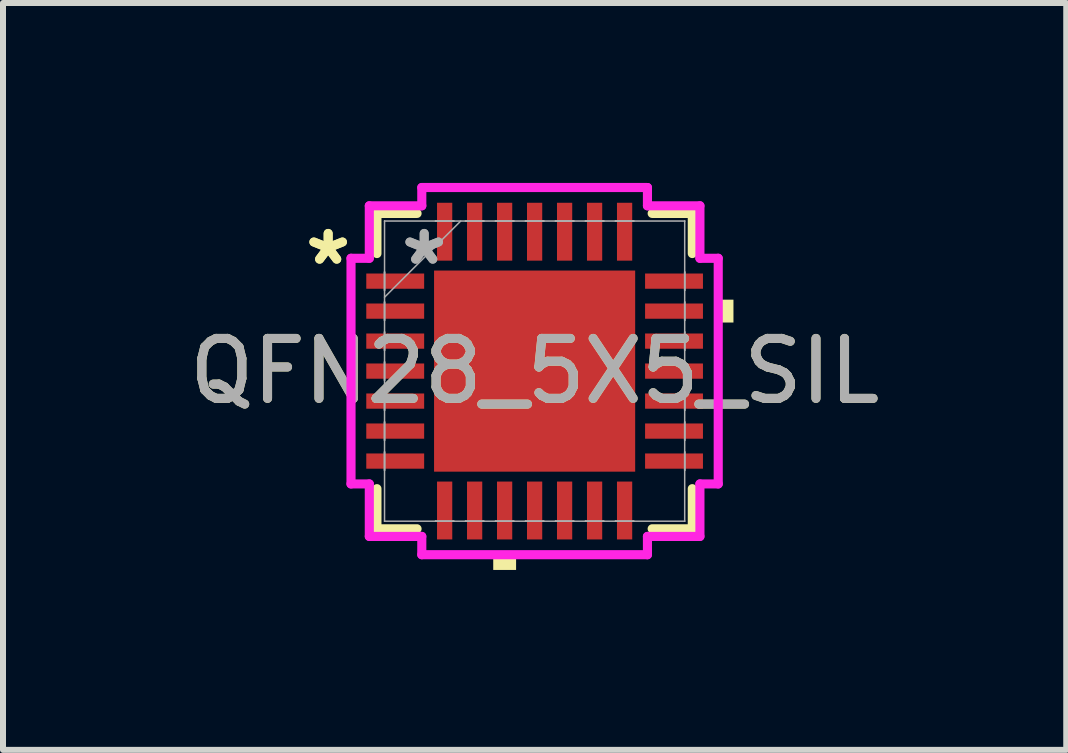
<source format=kicad_pcb>
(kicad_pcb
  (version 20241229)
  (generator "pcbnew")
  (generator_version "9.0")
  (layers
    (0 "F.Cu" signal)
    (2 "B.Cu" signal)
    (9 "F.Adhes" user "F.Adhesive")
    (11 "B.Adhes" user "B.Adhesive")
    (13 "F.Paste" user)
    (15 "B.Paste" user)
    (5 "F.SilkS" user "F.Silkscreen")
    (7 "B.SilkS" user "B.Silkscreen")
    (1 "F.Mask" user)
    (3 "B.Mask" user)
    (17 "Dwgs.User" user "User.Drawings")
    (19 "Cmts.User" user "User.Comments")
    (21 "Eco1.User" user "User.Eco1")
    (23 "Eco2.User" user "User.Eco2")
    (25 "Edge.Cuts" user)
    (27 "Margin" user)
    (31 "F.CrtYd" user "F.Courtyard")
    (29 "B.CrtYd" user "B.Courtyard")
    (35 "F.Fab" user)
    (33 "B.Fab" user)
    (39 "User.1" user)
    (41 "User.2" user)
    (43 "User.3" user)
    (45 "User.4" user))
  (footprint "QFN28_5X5_SIL"
    (layer "F.Cu")
    (at 5.863 3.137)
    (property "Reference" "QFN28_5X5_SIL" (at 0 0 0) (unlocked yes) (layer "F.SilkS") (effects (font (size 1 1) (thickness 0.15))))
    (attr smd)
    (fp_line (start -2.629 -2.629) (end -2.629 -1.96) (stroke (width 0.152) (type solid)) (layer "F.SilkS"))
    (fp_line (start -2.629 1.96) (end -2.629 2.629) (stroke (width 0.152) (type solid)) (layer "F.SilkS"))
    (fp_line (start -2.629 2.629) (end -1.96 2.629) (stroke (width 0.152) (type solid)) (layer "F.SilkS"))
    (fp_line (start -1.96 -2.629) (end -2.629 -2.629) (stroke (width 0.152) (type solid)) (layer "F.SilkS"))
    (fp_line (start 1.96 2.629) (end 2.629 2.629) (stroke (width 0.152) (type solid)) (layer "F.SilkS"))
    (fp_line (start 2.629 -2.629) (end 1.96 -2.629) (stroke (width 0.152) (type solid)) (layer "F.SilkS"))
    (fp_line (start 2.629 -1.96) (end 2.629 -2.629) (stroke (width 0.152) (type solid)) (layer "F.SilkS"))
    (fp_line (start 2.629 2.629) (end 2.629 1.96) (stroke (width 0.152) (type solid)) (layer "F.SilkS"))
    (fp_poly (pts (xy -0.69 3.061) (xy -0.69 3.315) (xy -0.309 3.315) (xy -0.309 3.061)) (stroke (width 0) (type solid)) (fill yes) (layer "F.SilkS"))
    (fp_poly (pts (xy 3.315 -1.191) (xy 3.315 -0.81) (xy 3.061 -0.81) (xy 3.061 -1.191)) (stroke (width 0) (type solid)) (fill yes) (layer "F.SilkS"))
    (fp_poly (pts (xy -1.576 -1.576) (xy -1.576 -0.1) (xy -0.1 -0.1) (xy -0.1 -1.576)) (stroke (width 0) (type solid)) (fill yes) (layer "F.Paste"))
    (fp_poly (pts (xy -1.576 0.1) (xy -1.576 1.576) (xy -0.1 1.576) (xy -0.1 0.1)) (stroke (width 0) (type solid)) (fill yes) (layer "F.Paste"))
    (fp_poly (pts (xy 0.1 -1.576) (xy 0.1 -0.1) (xy 1.576 -0.1) (xy 1.576 -1.576)) (stroke (width 0) (type solid)) (fill yes) (layer "F.Paste"))
    (fp_poly (pts (xy 0.1 0.1) (xy 0.1 1.576) (xy 1.576 1.576) (xy 1.576 0.1)) (stroke (width 0) (type solid)) (fill yes) (layer "F.Paste"))
    (fp_line (start -3.061 -1.881) (end -2.756 -1.881) (stroke (width 0.152) (type solid)) (layer "F.CrtYd"))
    (fp_line (start -3.061 1.881) (end -3.061 -1.881) (stroke (width 0.152) (type solid)) (layer "F.CrtYd"))
    (fp_line (start -2.756 -2.756) (end -1.881 -2.756) (stroke (width 0.152) (type solid)) (layer "F.CrtYd"))
    (fp_line (start -2.756 -1.881) (end -2.756 -2.756) (stroke (width 0.152) (type solid)) (layer "F.CrtYd"))
    (fp_line (start -2.756 1.881) (end -3.061 1.881) (stroke (width 0.152) (type solid)) (layer "F.CrtYd"))
    (fp_line (start -2.756 2.756) (end -2.756 1.881) (stroke (width 0.152) (type solid)) (layer "F.CrtYd"))
    (fp_line (start -1.881 -3.061) (end 1.881 -3.061) (stroke (width 0.152) (type solid)) (layer "F.CrtYd"))
    (fp_line (start -1.881 -2.756) (end -1.881 -3.061) (stroke (width 0.152) (type solid)) (layer "F.CrtYd"))
    (fp_line (start -1.881 2.756) (end -2.756 2.756) (stroke (width 0.152) (type solid)) (layer "F.CrtYd"))
    (fp_line (start -1.881 3.061) (end -1.881 2.756) (stroke (width 0.152) (type solid)) (layer "F.CrtYd"))
    (fp_line (start 1.881 -3.061) (end 1.881 -2.756) (stroke (width 0.152) (type solid)) (layer "F.CrtYd"))
    (fp_line (start 1.881 -2.756) (end 2.756 -2.756) (stroke (width 0.152) (type solid)) (layer "F.CrtYd"))
    (fp_line (start 1.881 2.756) (end 1.881 3.061) (stroke (width 0.152) (type solid)) (layer "F.CrtYd"))
    (fp_line (start 1.881 3.061) (end -1.881 3.061) (stroke (width 0.152) (type solid)) (layer "F.CrtYd"))
    (fp_line (start 2.756 -2.756) (end 2.756 -1.881) (stroke (width 0.152) (type solid)) (layer "F.CrtYd"))
    (fp_line (start 2.756 -1.881) (end 3.061 -1.881) (stroke (width 0.152) (type solid)) (layer "F.CrtYd"))
    (fp_line (start 2.756 1.881) (end 2.756 2.756) (stroke (width 0.152) (type solid)) (layer "F.CrtYd"))
    (fp_line (start 2.756 2.756) (end 1.881 2.756) (stroke (width 0.152) (type solid)) (layer "F.CrtYd"))
    (fp_line (start 3.061 -1.881) (end 3.061 1.881) (stroke (width 0.152) (type solid)) (layer "F.CrtYd"))
    (fp_line (start 3.061 1.881) (end 2.756 1.881) (stroke (width 0.152) (type solid)) (layer "F.CrtYd"))
    (fp_line (start -2.502 -2.502) (end -2.502 -2.502) (stroke (width 0.025) (type solid)) (layer "F.Fab"))
    (fp_line (start -2.502 -2.502) (end -2.502 2.502) (stroke (width 0.025) (type solid)) (layer "F.Fab"))
    (fp_line (start -2.502 -1.652) (end -2.502 -1.652) (stroke (width 0.025) (type solid)) (layer "F.Fab"))
    (fp_line (start -2.502 -1.652) (end -2.502 -1.348) (stroke (width 0.025) (type solid)) (layer "F.Fab"))
    (fp_line (start -2.502 -1.348) (end -2.502 -1.652) (stroke (width 0.025) (type solid)) (layer "F.Fab"))
    (fp_line (start -2.502 -1.348) (end -2.502 -1.348) (stroke (width 0.025) (type solid)) (layer "F.Fab"))
    (fp_line (start -2.502 -1.232) (end -1.232 -2.502) (stroke (width 0.025) (type solid)) (layer "F.Fab"))
    (fp_line (start -2.502 -1.152) (end -2.502 -1.152) (stroke (width 0.025) (type solid)) (layer "F.Fab"))
    (fp_line (start -2.502 -1.152) (end -2.502 -0.848) (stroke (width 0.025) (type solid)) (layer "F.Fab"))
    (fp_line (start -2.502 -0.848) (end -2.502 -1.152) (stroke (width 0.025) (type solid)) (layer "F.Fab"))
    (fp_line (start -2.502 -0.848) (end -2.502 -0.848) (stroke (width 0.025) (type solid)) (layer "F.Fab"))
    (fp_line (start -2.502 -0.652) (end -2.502 -0.652) (stroke (width 0.025) (type solid)) (layer "F.Fab"))
    (fp_line (start -2.502 -0.652) (end -2.502 -0.348) (stroke (width 0.025) (type solid)) (layer "F.Fab"))
    (fp_line (start -2.502 -0.348) (end -2.502 -0.652) (stroke (width 0.025) (type solid)) (layer "F.Fab"))
    (fp_line (start -2.502 -0.348) (end -2.502 -0.348) (stroke (width 0.025) (type solid)) (layer "F.Fab"))
    (fp_line (start -2.502 -0.152) (end -2.502 -0.152) (stroke (width 0.025) (type solid)) (layer "F.Fab"))
    (fp_line (start -2.502 -0.152) (end -2.502 0.152) (stroke (width 0.025) (type solid)) (layer "F.Fab"))
    (fp_line (start -2.502 0.152) (end -2.502 -0.152) (stroke (width 0.025) (type solid)) (layer "F.Fab"))
    (fp_line (start -2.502 0.152) (end -2.502 0.152) (stroke (width 0.025) (type solid)) (layer "F.Fab"))
    (fp_line (start -2.502 0.348) (end -2.502 0.348) (stroke (width 0.025) (type solid)) (layer "F.Fab"))
    (fp_line (start -2.502 0.348) (end -2.502 0.652) (stroke (width 0.025) (type solid)) (layer "F.Fab"))
    (fp_line (start -2.502 0.652) (end -2.502 0.348) (stroke (width 0.025) (type solid)) (layer "F.Fab"))
    (fp_line (start -2.502 0.652) (end -2.502 0.652) (stroke (width 0.025) (type solid)) (layer "F.Fab"))
    (fp_line (start -2.502 0.848) (end -2.502 0.848) (stroke (width 0.025) (type solid)) (layer "F.Fab"))
    (fp_line (start -2.502 0.848) (end -2.502 1.152) (stroke (width 0.025) (type solid)) (layer "F.Fab"))
    (fp_line (start -2.502 1.152) (end -2.502 0.848) (stroke (width 0.025) (type solid)) (layer "F.Fab"))
    (fp_line (start -2.502 1.152) (end -2.502 1.152) (stroke (width 0.025) (type solid)) (layer "F.Fab"))
    (fp_line (start -2.502 1.348) (end -2.502 1.348) (stroke (width 0.025) (type solid)) (layer "F.Fab"))
    (fp_line (start -2.502 1.348) (end -2.502 1.652) (stroke (width 0.025) (type solid)) (layer "F.Fab"))
    (fp_line (start -2.502 1.652) (end -2.502 1.348) (stroke (width 0.025) (type solid)) (layer "F.Fab"))
    (fp_line (start -2.502 1.652) (end -2.502 1.652) (stroke (width 0.025) (type solid)) (layer "F.Fab"))
    (fp_line (start -2.502 2.502) (end -2.502 2.502) (stroke (width 0.025) (type solid)) (layer "F.Fab"))
    (fp_line (start -2.502 2.502) (end 2.502 2.502) (stroke (width 0.025) (type solid)) (layer "F.Fab"))
    (fp_line (start -1.652 -2.502) (end -1.652 -2.502) (stroke (width 0.025) (type solid)) (layer "F.Fab"))
    (fp_line (start -1.652 -2.502) (end -1.348 -2.502) (stroke (width 0.025) (type solid)) (layer "F.Fab"))
    (fp_line (start -1.652 2.502) (end -1.652 2.502) (stroke (width 0.025) (type solid)) (layer "F.Fab"))
    (fp_line (start -1.652 2.502) (end -1.348 2.502) (stroke (width 0.025) (type solid)) (layer "F.Fab"))
    (fp_line (start -1.348 -2.502) (end -1.652 -2.502) (stroke (width 0.025) (type solid)) (layer "F.Fab"))
    (fp_line (start -1.348 -2.502) (end -1.348 -2.502) (stroke (width 0.025) (type solid)) (layer "F.Fab"))
    (fp_line (start -1.348 2.502) (end -1.652 2.502) (stroke (width 0.025) (type solid)) (layer "F.Fab"))
    (fp_line (start -1.348 2.502) (end -1.348 2.502) (stroke (width 0.025) (type solid)) (layer "F.Fab"))
    (fp_line (start -1.152 -2.502) (end -1.152 -2.502) (stroke (width 0.025) (type solid)) (layer "F.Fab"))
    (fp_line (start -1.152 -2.502) (end -0.848 -2.502) (stroke (width 0.025) (type solid)) (layer "F.Fab"))
    (fp_line (start -1.152 2.502) (end -1.152 2.502) (stroke (width 0.025) (type solid)) (layer "F.Fab"))
    (fp_line (start -1.152 2.502) (end -0.848 2.502) (stroke (width 0.025) (type solid)) (layer "F.Fab"))
    (fp_line (start -0.848 -2.502) (end -1.152 -2.502) (stroke (width 0.025) (type solid)) (layer "F.Fab"))
    (fp_line (start -0.848 -2.502) (end -0.848 -2.502) (stroke (width 0.025) (type solid)) (layer "F.Fab"))
    (fp_line (start -0.848 2.502) (end -1.152 2.502) (stroke (width 0.025) (type solid)) (layer "F.Fab"))
    (fp_line (start -0.848 2.502) (end -0.848 2.502) (stroke (width 0.025) (type solid)) (layer "F.Fab"))
    (fp_line (start -0.652 -2.502) (end -0.652 -2.502) (stroke (width 0.025) (type solid)) (layer "F.Fab"))
    (fp_line (start -0.652 -2.502) (end -0.348 -2.502) (stroke (width 0.025) (type solid)) (layer "F.Fab"))
    (fp_line (start -0.652 2.502) (end -0.652 2.502) (stroke (width 0.025) (type solid)) (layer "F.Fab"))
    (fp_line (start -0.652 2.502) (end -0.348 2.502) (stroke (width 0.025) (type solid)) (layer "F.Fab"))
    (fp_line (start -0.348 -2.502) (end -0.652 -2.502) (stroke (width 0.025) (type solid)) (layer "F.Fab"))
    (fp_line (start -0.348 -2.502) (end -0.348 -2.502) (stroke (width 0.025) (type solid)) (layer "F.Fab"))
    (fp_line (start -0.348 2.502) (end -0.652 2.502) (stroke (width 0.025) (type solid)) (layer "F.Fab"))
    (fp_line (start -0.348 2.502) (end -0.348 2.502) (stroke (width 0.025) (type solid)) (layer "F.Fab"))
    (fp_line (start -0.152 -2.502) (end -0.152 -2.502) (stroke (width 0.025) (type solid)) (layer "F.Fab"))
    (fp_line (start -0.152 -2.502) (end 0.152 -2.502) (stroke (width 0.025) (type solid)) (layer "F.Fab"))
    (fp_line (start -0.152 2.502) (end -0.152 2.502) (stroke (width 0.025) (type solid)) (layer "F.Fab"))
    (fp_line (start -0.152 2.502) (end 0.152 2.502) (stroke (width 0.025) (type solid)) (layer "F.Fab"))
    (fp_line (start 0.152 -2.502) (end -0.152 -2.502) (stroke (width 0.025) (type solid)) (layer "F.Fab"))
    (fp_line (start 0.152 -2.502) (end 0.152 -2.502) (stroke (width 0.025) (type solid)) (layer "F.Fab"))
    (fp_line (start 0.152 2.502) (end -0.152 2.502) (stroke (width 0.025) (type solid)) (layer "F.Fab"))
    (fp_line (start 0.152 2.502) (end 0.152 2.502) (stroke (width 0.025) (type solid)) (layer "F.Fab"))
    (fp_line (start 0.348 -2.502) (end 0.348 -2.502) (stroke (width 0.025) (type solid)) (layer "F.Fab"))
    (fp_line (start 0.348 -2.502) (end 0.652 -2.502) (stroke (width 0.025) (type solid)) (layer "F.Fab"))
    (fp_line (start 0.348 2.502) (end 0.348 2.502) (stroke (width 0.025) (type solid)) (layer "F.Fab"))
    (fp_line (start 0.348 2.502) (end 0.652 2.502) (stroke (width 0.025) (type solid)) (layer "F.Fab"))
    (fp_line (start 0.652 -2.502) (end 0.348 -2.502) (stroke (width 0.025) (type solid)) (layer "F.Fab"))
    (fp_line (start 0.652 -2.502) (end 0.652 -2.502) (stroke (width 0.025) (type solid)) (layer "F.Fab"))
    (fp_line (start 0.652 2.502) (end 0.348 2.502) (stroke (width 0.025) (type solid)) (layer "F.Fab"))
    (fp_line (start 0.652 2.502) (end 0.652 2.502) (stroke (width 0.025) (type solid)) (layer "F.Fab"))
    (fp_line (start 0.848 -2.502) (end 0.848 -2.502) (stroke (width 0.025) (type solid)) (layer "F.Fab"))
    (fp_line (start 0.848 -2.502) (end 1.152 -2.502) (stroke (width 0.025) (type solid)) (layer "F.Fab"))
    (fp_line (start 0.848 2.502) (end 0.848 2.502) (stroke (width 0.025) (type solid)) (layer "F.Fab"))
    (fp_line (start 0.848 2.502) (end 1.152 2.502) (stroke (width 0.025) (type solid)) (layer "F.Fab"))
    (fp_line (start 1.152 -2.502) (end 0.848 -2.502) (stroke (width 0.025) (type solid)) (layer "F.Fab"))
    (fp_line (start 1.152 -2.502) (end 1.152 -2.502) (stroke (width 0.025) (type solid)) (layer "F.Fab"))
    (fp_line (start 1.152 2.502) (end 0.848 2.502) (stroke (width 0.025) (type solid)) (layer "F.Fab"))
    (fp_line (start 1.152 2.502) (end 1.152 2.502) (stroke (width 0.025) (type solid)) (layer "F.Fab"))
    (fp_line (start 1.348 -2.502) (end 1.348 -2.502) (stroke (width 0.025) (type solid)) (layer "F.Fab"))
    (fp_line (start 1.348 -2.502) (end 1.652 -2.502) (stroke (width 0.025) (type solid)) (layer "F.Fab"))
    (fp_line (start 1.348 2.502) (end 1.348 2.502) (stroke (width 0.025) (type solid)) (layer "F.Fab"))
    (fp_line (start 1.348 2.502) (end 1.652 2.502) (stroke (width 0.025) (type solid)) (layer "F.Fab"))
    (fp_line (start 1.652 -2.502) (end 1.348 -2.502) (stroke (width 0.025) (type solid)) (layer "F.Fab"))
    (fp_line (start 1.652 -2.502) (end 1.652 -2.502) (stroke (width 0.025) (type solid)) (layer "F.Fab"))
    (fp_line (start 1.652 2.502) (end 1.348 2.502) (stroke (width 0.025) (type solid)) (layer "F.Fab"))
    (fp_line (start 1.652 2.502) (end 1.652 2.502) (stroke (width 0.025) (type solid)) (layer "F.Fab"))
    (fp_line (start 2.502 -2.502) (end -2.502 -2.502) (stroke (width 0.025) (type solid)) (layer "F.Fab"))
    (fp_line (start 2.502 -2.502) (end 2.502 -2.502) (stroke (width 0.025) (type solid)) (layer "F.Fab"))
    (fp_line (start 2.502 -1.652) (end 2.502 -1.652) (stroke (width 0.025) (type solid)) (layer "F.Fab"))
    (fp_line (start 2.502 -1.652) (end 2.502 -1.348) (stroke (width 0.025) (type solid)) (layer "F.Fab"))
    (fp_line (start 2.502 -1.348) (end 2.502 -1.652) (stroke (width 0.025) (type solid)) (layer "F.Fab"))
    (fp_line (start 2.502 -1.348) (end 2.502 -1.348) (stroke (width 0.025) (type solid)) (layer "F.Fab"))
    (fp_line (start 2.502 -1.152) (end 2.502 -1.152) (stroke (width 0.025) (type solid)) (layer "F.Fab"))
    (fp_line (start 2.502 -1.152) (end 2.502 -0.848) (stroke (width 0.025) (type solid)) (layer "F.Fab"))
    (fp_line (start 2.502 -0.848) (end 2.502 -1.152) (stroke (width 0.025) (type solid)) (layer "F.Fab"))
    (fp_line (start 2.502 -0.848) (end 2.502 -0.848) (stroke (width 0.025) (type solid)) (layer "F.Fab"))
    (fp_line (start 2.502 -0.652) (end 2.502 -0.652) (stroke (width 0.025) (type solid)) (layer "F.Fab"))
    (fp_line (start 2.502 -0.652) (end 2.502 -0.348) (stroke (width 0.025) (type solid)) (layer "F.Fab"))
    (fp_line (start 2.502 -0.348) (end 2.502 -0.652) (stroke (width 0.025) (type solid)) (layer "F.Fab"))
    (fp_line (start 2.502 -0.348) (end 2.502 -0.348) (stroke (width 0.025) (type solid)) (layer "F.Fab"))
    (fp_line (start 2.502 -0.152) (end 2.502 -0.152) (stroke (width 0.025) (type solid)) (layer "F.Fab"))
    (fp_line (start 2.502 -0.152) (end 2.502 0.152) (stroke (width 0.025) (type solid)) (layer "F.Fab"))
    (fp_line (start 2.502 0.152) (end 2.502 -0.152) (stroke (width 0.025) (type solid)) (layer "F.Fab"))
    (fp_line (start 2.502 0.152) (end 2.502 0.152) (stroke (width 0.025) (type solid)) (layer "F.Fab"))
    (fp_line (start 2.502 0.348) (end 2.502 0.348) (stroke (width 0.025) (type solid)) (layer "F.Fab"))
    (fp_line (start 2.502 0.348) (end 2.502 0.652) (stroke (width 0.025) (type solid)) (layer "F.Fab"))
    (fp_line (start 2.502 0.652) (end 2.502 0.348) (stroke (width 0.025) (type solid)) (layer "F.Fab"))
    (fp_line (start 2.502 0.652) (end 2.502 0.652) (stroke (width 0.025) (type solid)) (layer "F.Fab"))
    (fp_line (start 2.502 0.848) (end 2.502 0.848) (stroke (width 0.025) (type solid)) (layer "F.Fab"))
    (fp_line (start 2.502 0.848) (end 2.502 1.152) (stroke (width 0.025) (type solid)) (layer "F.Fab"))
    (fp_line (start 2.502 1.152) (end 2.502 0.848) (stroke (width 0.025) (type solid)) (layer "F.Fab"))
    (fp_line (start 2.502 1.152) (end 2.502 1.152) (stroke (width 0.025) (type solid)) (layer "F.Fab"))
    (fp_line (start 2.502 1.348) (end 2.502 1.348) (stroke (width 0.025) (type solid)) (layer "F.Fab"))
    (fp_line (start 2.502 1.348) (end 2.502 1.652) (stroke (width 0.025) (type solid)) (layer "F.Fab"))
    (fp_line (start 2.502 1.652) (end 2.502 1.348) (stroke (width 0.025) (type solid)) (layer "F.Fab"))
    (fp_line (start 2.502 1.652) (end 2.502 1.652) (stroke (width 0.025) (type solid)) (layer "F.Fab"))
    (fp_line (start 2.502 2.502) (end 2.502 -2.502) (stroke (width 0.025) (type solid)) (layer "F.Fab"))
    (fp_line (start 2.502 2.502) (end 2.502 2.502) (stroke (width 0.025) (type solid)) (layer "F.Fab"))
    (fp_text user "*" (at -3.442 -1.75 0) (layer "F.SilkS") (effects (font (size 1 1) (thickness 0.15))))
    (fp_text user "*" (at -3.442 -1.75 0) (unlocked yes) (layer "F.SilkS") (effects (font (size 1 1) (thickness 0.15))))
    (fp_text user "*" (at -1.841 -1.75 0) (layer "F.Fab") (effects (font (size 1 1) (thickness 0.15))))
    (fp_text user "*" (at -1.841 -1.75 0) (unlocked yes) (layer "F.Fab") (effects (font (size 1 1) (thickness 0.15))))
    (fp_text user "${REFERENCE}" (at 0 0 0) (unlocked yes) (layer "F.Fab") (effects (font (size 1 1) (thickness 0.15))))
    (pad "1" smd rect (at -2.324 -1.5 90) (size 0.254 0.965) (layers "F.Cu" "F.Mask" "F.Paste"))
    (pad "2" smd rect (at -2.324 -1 90) (size 0.254 0.965) (layers "F.Cu" "F.Mask" "F.Paste"))
    (pad "3" smd rect (at -2.324 -0.5 90) (size 0.254 0.965) (layers "F.Cu" "F.Mask" "F.Paste"))
    (pad "4" smd rect (at -2.324 0 90) (size 0.254 0.965) (layers "F.Cu" "F.Mask" "F.Paste"))
    (pad "5" smd rect (at -2.324 0.5 90) (size 0.254 0.965) (layers "F.Cu" "F.Mask" "F.Paste"))
    (pad "6" smd rect (at -2.324 1 90) (size 0.254 0.965) (layers "F.Cu" "F.Mask" "F.Paste"))
    (pad "7" smd rect (at -2.324 1.5 90) (size 0.254 0.965) (layers "F.Cu" "F.Mask" "F.Paste"))
    (pad "8" smd rect (at -1.5 2.324) (size 0.254 0.965) (layers "F.Cu" "F.Mask" "F.Paste"))
    (pad "9" smd rect (at -1 2.324) (size 0.254 0.965) (layers "F.Cu" "F.Mask" "F.Paste"))
    (pad "10" smd rect (at -0.5 2.324) (size 0.254 0.965) (layers "F.Cu" "F.Mask" "F.Paste"))
    (pad "11" smd rect (at 0 2.324) (size 0.254 0.965) (layers "F.Cu" "F.Mask" "F.Paste"))
    (pad "12" smd rect (at 0.5 2.324) (size 0.254 0.965) (layers "F.Cu" "F.Mask" "F.Paste"))
    (pad "13" smd rect (at 1 2.324) (size 0.254 0.965) (layers "F.Cu" "F.Mask" "F.Paste"))
    (pad "14" smd rect (at 1.5 2.324) (size 0.254 0.965) (layers "F.Cu" "F.Mask" "F.Paste"))
    (pad "15" smd rect (at 2.324 1.5 90) (size 0.254 0.965) (layers "F.Cu" "F.Mask" "F.Paste"))
    (pad "16" smd rect (at 2.324 1 90) (size 0.254 0.965) (layers "F.Cu" "F.Mask" "F.Paste"))
    (pad "17" smd rect (at 2.324 0.5 90) (size 0.254 0.965) (layers "F.Cu" "F.Mask" "F.Paste"))
    (pad "18" smd rect (at 2.324 0 90) (size 0.254 0.965) (layers "F.Cu" "F.Mask" "F.Paste"))
    (pad "19" smd rect (at 2.324 -0.5 90) (size 0.254 0.965) (layers "F.Cu" "F.Mask" "F.Paste"))
    (pad "20" smd rect (at 2.324 -1 90) (size 0.254 0.965) (layers "F.Cu" "F.Mask" "F.Paste"))
    (pad "21" smd rect (at 2.324 -1.5 90) (size 0.254 0.965) (layers "F.Cu" "F.Mask" "F.Paste"))
    (pad "22" smd rect (at 1.5 -2.324) (size 0.254 0.965) (layers "F.Cu" "F.Mask" "F.Paste"))
    (pad "23" smd rect (at 1 -2.324) (size 0.254 0.965) (layers "F.Cu" "F.Mask" "F.Paste"))
    (pad "24" smd rect (at 0.5 -2.324) (size 0.254 0.965) (layers "F.Cu" "F.Mask" "F.Paste"))
    (pad "25" smd rect (at 0 -2.324) (size 0.254 0.965) (layers "F.Cu" "F.Mask" "F.Paste"))
    (pad "26" smd rect (at -0.5 -2.324) (size 0.254 0.965) (layers "F.Cu" "F.Mask" "F.Paste"))
    (pad "27" smd rect (at -1 -2.324) (size 0.254 0.965) (layers "F.Cu" "F.Mask" "F.Paste"))
    (pad "28" smd rect (at -1.5 -2.324) (size 0.254 0.965) (layers "F.Cu" "F.Mask" "F.Paste"))
    (pad "29" smd rect (at 0 0) (size 3.353 3.353) (layers "F.Cu" "F.Mask" "F.Paste")))
  (gr_rect
    (start -3 -3)
    (end 14.726 9.452)
    (stroke (width 0.1) (type default))
    (fill no)
    (layer "Edge.Cuts")))
</source>
